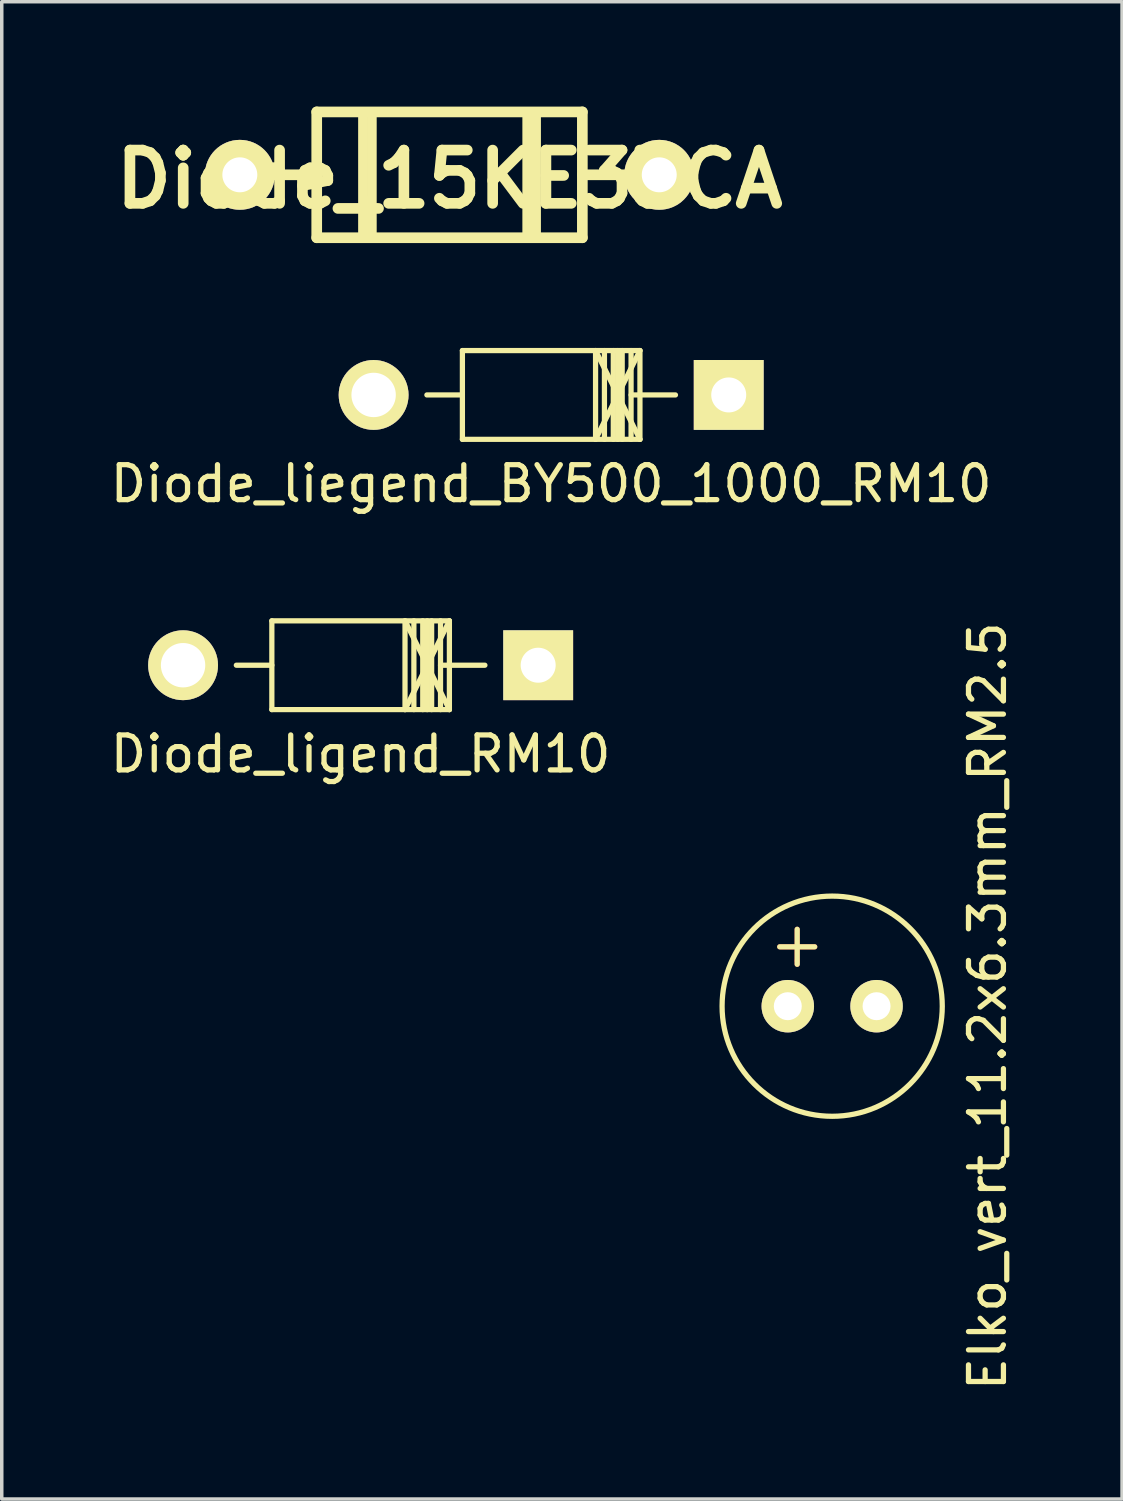
<source format=kicad_pcb>
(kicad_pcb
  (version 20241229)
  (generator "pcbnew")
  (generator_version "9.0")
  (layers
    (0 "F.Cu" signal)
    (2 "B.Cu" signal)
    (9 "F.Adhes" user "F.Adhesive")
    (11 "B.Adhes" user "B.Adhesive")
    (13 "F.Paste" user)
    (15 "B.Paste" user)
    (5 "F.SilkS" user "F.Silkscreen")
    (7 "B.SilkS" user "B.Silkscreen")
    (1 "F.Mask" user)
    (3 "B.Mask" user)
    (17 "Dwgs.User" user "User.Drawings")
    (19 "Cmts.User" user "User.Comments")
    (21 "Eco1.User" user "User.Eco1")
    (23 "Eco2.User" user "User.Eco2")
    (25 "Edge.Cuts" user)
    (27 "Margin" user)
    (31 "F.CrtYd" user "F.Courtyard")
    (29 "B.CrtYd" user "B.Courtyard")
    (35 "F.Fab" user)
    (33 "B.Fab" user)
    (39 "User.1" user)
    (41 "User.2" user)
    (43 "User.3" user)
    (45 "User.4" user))
  (footprint "Diode_ligend_RM10"
    (layer "F.Cu")
    (at 7.268 15.983)
    (property "Reference" "Diode_ligend_RM10" (at 0 2.54 0) (layer "F.SilkS") (effects (font (size 1 1) (thickness 0.15))))
    (attr through_hole)
    (fp_line (start -2.54 -1.27) (end -2.54 1.27) (stroke (width 0.15) (type solid)) (layer "F.SilkS"))
    (fp_line (start -2.54 0) (end -3.556 0) (stroke (width 0.15) (type solid)) (layer "F.SilkS"))
    (fp_line (start -2.54 1.27) (end 2.54 1.27) (stroke (width 0.15) (type solid)) (layer "F.SilkS"))
    (fp_line (start 1.27 -1.27) (end 1.27 1.27) (stroke (width 0.15) (type solid)) (layer "F.SilkS"))
    (fp_line (start 1.27 -1.27) (end 2.54 1.27) (stroke (width 0.15) (type solid)) (layer "F.SilkS"))
    (fp_line (start 1.524 -1.27) (end 1.524 1.27) (stroke (width 0.15) (type solid)) (layer "F.SilkS"))
    (fp_line (start 1.778 -1.27) (end 1.778 1.27) (stroke (width 0.15) (type solid)) (layer "F.SilkS"))
    (fp_line (start 1.905 -1.27) (end 1.905 1.27) (stroke (width 0.15) (type solid)) (layer "F.SilkS"))
    (fp_line (start 2.032 -1.27) (end 2.032 1.27) (stroke (width 0.15) (type solid)) (layer "F.SilkS"))
    (fp_line (start 2.286 -1.27) (end 2.286 1.27) (stroke (width 0.15) (type solid)) (layer "F.SilkS"))
    (fp_line (start 2.286 0) (end 3.556 0) (stroke (width 0.15) (type solid)) (layer "F.SilkS"))
    (fp_line (start 2.54 -1.27) (end -2.54 -1.27) (stroke (width 0.15) (type solid)) (layer "F.SilkS"))
    (fp_line (start 2.54 -1.27) (end 1.27 1.27) (stroke (width 0.15) (type solid)) (layer "F.SilkS"))
    (fp_line (start 2.54 1.27) (end 2.54 -1.27) (stroke (width 0.15) (type solid)) (layer "F.SilkS"))
    (pad "1" thru_hole circle (at -5.08 0) (size 1.999 1.999) (drill 1.27) (layers "*.Cu" "*.Mask" "F.SilkS"))
    (pad "2" thru_hole rect (at 5.08 0) (size 1.999 1.999) (drill 1.001) (layers "*.Cu" "*.Mask" "F.SilkS")))
  (footprint "Elko_vert_11.2x6.3mm_RM2.5"
    (layer "F.Cu")
    (at 19.49 25.739)
    (property "Reference" "Elko_vert_11.2x6.3mm_RM2.5" (at 5.715 0 90) (layer "F.SilkS") (effects (font (size 1 1) (thickness 0.15))))
    (attr through_hole)
    (fp_line (start -0.231 -1.699) (end 0.269 -1.699) (stroke (width 0.15) (type solid)) (layer "F.Cu"))
    (fp_line (start 0.269 -1.699) (end 0.269 -2.2) (stroke (width 0.15) (type solid)) (layer "F.Cu"))
    (fp_line (start 0.269 -1.699) (end 0.269 -1.3) (stroke (width 0.15) (type solid)) (layer "F.Cu"))
    (fp_line (start 0.269 -1.699) (end 0.77 -1.699) (stroke (width 0.15) (type solid)) (layer "F.Cu"))
    (fp_line (start 0.269 -1.3) (end 0.269 -1.199) (stroke (width 0.15) (type solid)) (layer "F.Cu"))
    (fp_line (start -0.231 -1.699) (end 0.77 -1.699) (stroke (width 0.15) (type solid)) (layer "F.SilkS"))
    (fp_line (start 0.269 -2.2) (end 0.269 -1.199) (stroke (width 0.15) (type solid)) (layer "F.SilkS"))
    (fp_circle (center 1.27 0) (end 4.42 0) (stroke (width 0.15) (type solid)) (fill no) (layer "F.SilkS"))
    (pad "1" thru_hole circle (at 0 0) (size 1.501 1.501) (drill 0.8) (layers "*.Cu" "*.Mask" "F.SilkS"))
    (pad "2" thru_hole circle (at 2.54 0) (size 1.501 1.501) (drill 0.8) (layers "*.Cu" "*.Mask" "F.SilkS")))
  (footprint "Diode_liegend_BY500_1000_RM10"
    (layer "F.Cu")
    (at 12.72 8.25)
    (property "Reference" "Diode_liegend_BY500_1000_RM10" (at 0 2.54 0) (layer "F.SilkS") (effects (font (size 1 1) (thickness 0.15))))
    (attr through_hole)
    (fp_line (start -2.54 -1.27) (end -2.54 1.27) (stroke (width 0.15) (type solid)) (layer "F.SilkS"))
    (fp_line (start -2.54 0) (end -3.556 0) (stroke (width 0.15) (type solid)) (layer "F.SilkS"))
    (fp_line (start -2.54 1.27) (end 2.54 1.27) (stroke (width 0.15) (type solid)) (layer "F.SilkS"))
    (fp_line (start 1.27 -1.27) (end 1.27 1.27) (stroke (width 0.15) (type solid)) (layer "F.SilkS"))
    (fp_line (start 1.27 -1.27) (end 2.54 1.27) (stroke (width 0.15) (type solid)) (layer "F.SilkS"))
    (fp_line (start 1.524 -1.27) (end 1.524 1.27) (stroke (width 0.15) (type solid)) (layer "F.SilkS"))
    (fp_line (start 1.778 -1.27) (end 1.778 1.27) (stroke (width 0.15) (type solid)) (layer "F.SilkS"))
    (fp_line (start 1.905 -1.27) (end 1.905 1.27) (stroke (width 0.15) (type solid)) (layer "F.SilkS"))
    (fp_line (start 2.032 -1.27) (end 2.032 1.27) (stroke (width 0.15) (type solid)) (layer "F.SilkS"))
    (fp_line (start 2.286 -1.27) (end 2.286 1.27) (stroke (width 0.15) (type solid)) (layer "F.SilkS"))
    (fp_line (start 2.286 0) (end 3.556 0) (stroke (width 0.15) (type solid)) (layer "F.SilkS"))
    (fp_line (start 2.54 -1.27) (end -2.54 -1.27) (stroke (width 0.15) (type solid)) (layer "F.SilkS"))
    (fp_line (start 2.54 -1.27) (end 1.27 1.27) (stroke (width 0.15) (type solid)) (layer "F.SilkS"))
    (fp_line (start 2.54 1.27) (end 2.54 -1.27) (stroke (width 0.15) (type solid)) (layer "F.SilkS"))
    (pad "1" thru_hole circle (at -5.08 0) (size 1.999 1.999) (drill 1.27) (layers "*.Cu" "*.Mask" "F.SilkS"))
    (pad "2" thru_hole rect (at 5.08 0) (size 1.999 1.999) (drill 1.001) (layers "*.Cu" "*.Mask" "F.SilkS")))
  (footprint "Diode_15KE33CA"
    (layer "F.Cu")
    (at 9.812 1.952)
    (property "Reference" "Diode_15KE33CA" (at 0 0.127 0) (layer "F.SilkS") (effects (font (size 1.524 1.524) (thickness 0.305))))
    (attr through_hole)
    (fp_line (start -6 0) (end -3.8 0) (stroke (width 0.305) (type solid)) (layer "F.SilkS"))
    (fp_line (start -3.8 -1.8) (end 3.8 -1.8) (stroke (width 0.305) (type solid)) (layer "F.SilkS"))
    (fp_line (start -3.8 1.8) (end -3.8 -1.8) (stroke (width 0.305) (type solid)) (layer "F.SilkS"))
    (fp_line (start -2.54 -1.778) (end -2.54 1.778) (stroke (width 0.15) (type solid)) (layer "F.SilkS"))
    (fp_line (start -2.54 1.778) (end -2.286 1.778) (stroke (width 0.15) (type solid)) (layer "F.SilkS"))
    (fp_line (start -2.413 -1.778) (end -2.413 1.778) (stroke (width 0.15) (type solid)) (layer "F.SilkS"))
    (fp_line (start -2.413 1.778) (end -2.286 0.635) (stroke (width 0.15) (type solid)) (layer "F.SilkS"))
    (fp_line (start -2.286 -1.778) (end -2.286 1.778) (stroke (width 0.15) (type solid)) (layer "F.SilkS"))
    (fp_line (start -2.159 -1.778) (end -2.159 1.778) (stroke (width 0.15) (type solid)) (layer "F.SilkS"))
    (fp_line (start 2.159 -1.778) (end 2.159 1.778) (stroke (width 0.15) (type solid)) (layer "F.SilkS"))
    (fp_line (start 2.286 -1.778) (end 2.159 -1.778) (stroke (width 0.15) (type solid)) (layer "F.SilkS"))
    (fp_line (start 2.286 1.778) (end 2.286 -1.778) (stroke (width 0.15) (type solid)) (layer "F.SilkS"))
    (fp_line (start 2.413 -1.778) (end 2.413 1.778) (stroke (width 0.15) (type solid)) (layer "F.SilkS"))
    (fp_line (start 2.413 1.778) (end 2.286 1.778) (stroke (width 0.15) (type solid)) (layer "F.SilkS"))
    (fp_line (start 2.54 -1.778) (end 2.54 1.778) (stroke (width 0.15) (type solid)) (layer "F.SilkS"))
    (fp_line (start 3.8 -1.8) (end 3.8 1.8) (stroke (width 0.305) (type solid)) (layer "F.SilkS"))
    (fp_line (start 3.8 1.8) (end -3.8 1.8) (stroke (width 0.305) (type solid)) (layer "F.SilkS"))
    (fp_line (start 6 0) (end 3.8 0) (stroke (width 0.305) (type solid)) (layer "F.SilkS"))
    (pad "1" thru_hole circle (at -6 0) (size 2 2) (drill 1) (layers "*.Cu" "*.Mask" "F.SilkS"))
    (pad "2" thru_hole circle (at 6 0) (size 2 2) (drill 1) (layers "*.Cu" "*.Mask" "F.SilkS")))
  (gr_rect
    (start -3 -3)
    (end 29.054 39.84)
    (stroke (width 0.1) (type default))
    (fill no)
    (layer "Edge.Cuts")))
</source>
